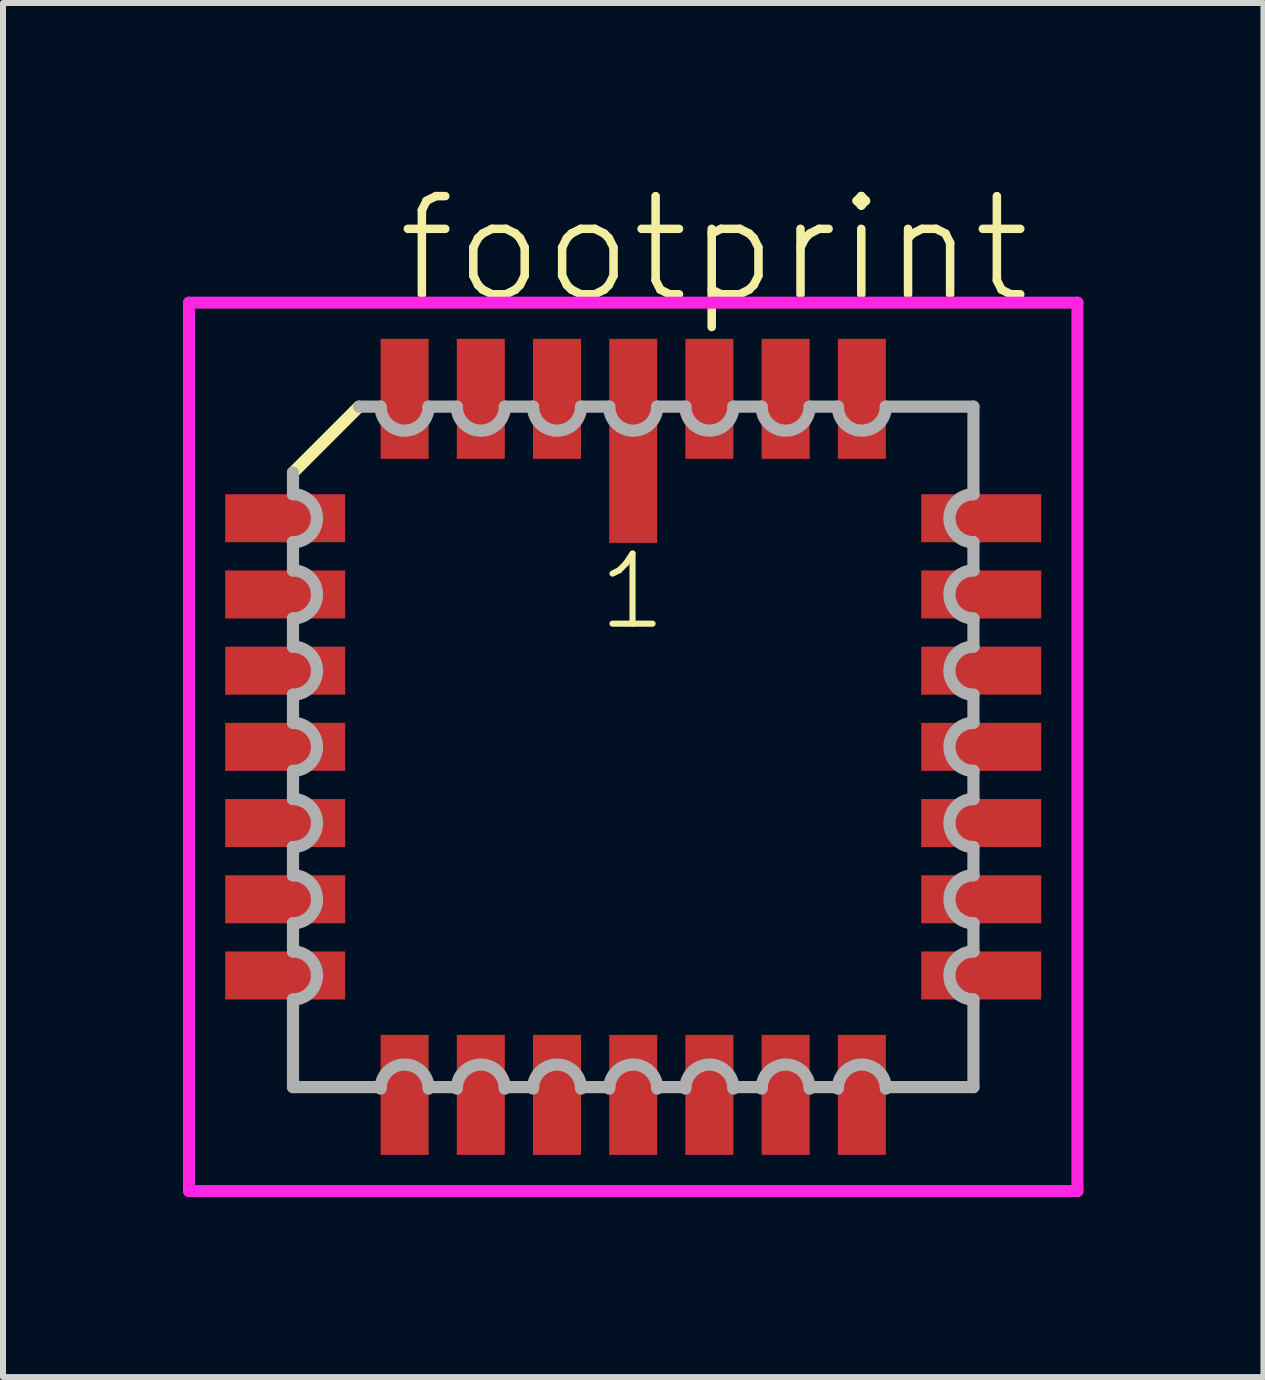
<source format=kicad_pcb>
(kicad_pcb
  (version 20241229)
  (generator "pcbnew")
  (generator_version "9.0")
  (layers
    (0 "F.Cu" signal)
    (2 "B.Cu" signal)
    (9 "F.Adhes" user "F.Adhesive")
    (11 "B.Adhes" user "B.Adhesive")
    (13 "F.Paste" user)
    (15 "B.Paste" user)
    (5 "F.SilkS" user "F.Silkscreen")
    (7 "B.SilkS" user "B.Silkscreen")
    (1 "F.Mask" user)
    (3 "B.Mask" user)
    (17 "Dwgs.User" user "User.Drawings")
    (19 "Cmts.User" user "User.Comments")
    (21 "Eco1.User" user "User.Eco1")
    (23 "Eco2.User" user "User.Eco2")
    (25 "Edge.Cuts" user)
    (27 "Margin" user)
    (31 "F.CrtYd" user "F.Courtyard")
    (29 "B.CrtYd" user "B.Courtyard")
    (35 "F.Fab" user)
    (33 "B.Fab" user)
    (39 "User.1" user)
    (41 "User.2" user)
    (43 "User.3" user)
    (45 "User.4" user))
  (footprint "footprint"
    (layer "F.Cu")
    (at 7.503 9.397)
    (property "Reference" "footprint" (at -4.005 -7.335 0) (layer "F.SilkS") (effects (font (size 1.636 1.636) (thickness 0.142)) (justify left bottom)))
    (fp_line (start -4.57 -5.67) (end -5.67 -4.57) (stroke (width 0.203) (type solid)) (layer "F.SilkS"))
    (fp_line (start -7.403 -7.403) (end 7.403 -7.403) (stroke (width 0.2) (type solid)) (layer "F.CrtYd"))
    (fp_line (start -7.403 7.403) (end -7.403 -7.403) (stroke (width 0.2) (type solid)) (layer "F.CrtYd"))
    (fp_line (start 7.403 -7.403) (end 7.403 7.403) (stroke (width 0.2) (type solid)) (layer "F.CrtYd"))
    (fp_line (start 7.403 7.403) (end -7.403 7.403) (stroke (width 0.2) (type solid)) (layer "F.CrtYd"))
    (fp_line (start -5.67 -4.57) (end -5.67 -4.21) (stroke (width 0.203) (type solid)) (layer "F.Fab"))
    (fp_line (start -5.67 -3.41) (end -5.67 -2.94) (stroke (width 0.203) (type solid)) (layer "F.Fab"))
    (fp_line (start -5.67 -2.14) (end -5.67 -1.67) (stroke (width 0.203) (type solid)) (layer "F.Fab"))
    (fp_line (start -5.67 -0.87) (end -5.67 -0.4) (stroke (width 0.203) (type solid)) (layer "F.Fab"))
    (fp_line (start -5.67 0.4) (end -5.67 0.87) (stroke (width 0.203) (type solid)) (layer "F.Fab"))
    (fp_line (start -5.67 1.67) (end -5.67 2.14) (stroke (width 0.203) (type solid)) (layer "F.Fab"))
    (fp_line (start -5.67 2.94) (end -5.67 3.41) (stroke (width 0.203) (type solid)) (layer "F.Fab"))
    (fp_line (start -5.67 4.21) (end -5.67 5.67) (stroke (width 0.203) (type solid)) (layer "F.Fab"))
    (fp_line (start -5.67 5.67) (end -4.21 5.67) (stroke (width 0.203) (type solid)) (layer "F.Fab"))
    (fp_line (start -4.21 -5.67) (end -4.57 -5.67) (stroke (width 0.203) (type solid)) (layer "F.Fab"))
    (fp_line (start -3.41 5.67) (end -2.94 5.67) (stroke (width 0.203) (type solid)) (layer "F.Fab"))
    (fp_line (start -2.94 -5.67) (end -3.41 -5.67) (stroke (width 0.203) (type solid)) (layer "F.Fab"))
    (fp_line (start -2.14 5.67) (end -1.67 5.67) (stroke (width 0.203) (type solid)) (layer "F.Fab"))
    (fp_line (start -1.67 -5.67) (end -2.14 -5.67) (stroke (width 0.203) (type solid)) (layer "F.Fab"))
    (fp_line (start -0.87 5.67) (end -0.4 5.67) (stroke (width 0.203) (type solid)) (layer "F.Fab"))
    (fp_line (start -0.4 -5.67) (end -0.87 -5.67) (stroke (width 0.203) (type solid)) (layer "F.Fab"))
    (fp_line (start 0.4 5.67) (end 0.87 5.67) (stroke (width 0.203) (type solid)) (layer "F.Fab"))
    (fp_line (start 0.87 -5.67) (end 0.4 -5.67) (stroke (width 0.203) (type solid)) (layer "F.Fab"))
    (fp_line (start 1.67 5.67) (end 2.14 5.67) (stroke (width 0.203) (type solid)) (layer "F.Fab"))
    (fp_line (start 2.14 -5.67) (end 1.67 -5.67) (stroke (width 0.203) (type solid)) (layer "F.Fab"))
    (fp_line (start 2.94 5.67) (end 3.41 5.67) (stroke (width 0.203) (type solid)) (layer "F.Fab"))
    (fp_line (start 3.41 -5.67) (end 2.94 -5.67) (stroke (width 0.203) (type solid)) (layer "F.Fab"))
    (fp_line (start 4.21 5.67) (end 5.67 5.67) (stroke (width 0.203) (type solid)) (layer "F.Fab"))
    (fp_line (start 5.67 -5.67) (end 4.21 -5.67) (stroke (width 0.203) (type solid)) (layer "F.Fab"))
    (fp_line (start 5.67 -4.21) (end 5.67 -5.67) (stroke (width 0.203) (type solid)) (layer "F.Fab"))
    (fp_line (start 5.67 -2.94) (end 5.67 -3.41) (stroke (width 0.203) (type solid)) (layer "F.Fab"))
    (fp_line (start 5.67 -1.67) (end 5.67 -2.14) (stroke (width 0.203) (type solid)) (layer "F.Fab"))
    (fp_line (start 5.67 -0.4) (end 5.67 -0.87) (stroke (width 0.203) (type solid)) (layer "F.Fab"))
    (fp_line (start 5.67 0.87) (end 5.67 0.4) (stroke (width 0.203) (type solid)) (layer "F.Fab"))
    (fp_line (start 5.67 2.14) (end 5.67 1.67) (stroke (width 0.203) (type solid)) (layer "F.Fab"))
    (fp_line (start 5.67 3.41) (end 5.67 2.94) (stroke (width 0.203) (type solid)) (layer "F.Fab"))
    (fp_line (start 5.67 5.67) (end 5.67 4.21) (stroke (width 0.203) (type solid)) (layer "F.Fab"))
    (fp_arc (start -5.6701 -4.21) (mid -5.2701 -3.81) (end -5.6701 -3.41) (stroke (width 0.2032) (type solid)) (layer "F.Fab"))
    (fp_arc (start -5.6701 -2.94) (mid -5.2701 -2.54) (end -5.6701 -2.14) (stroke (width 0.2032) (type solid)) (layer "F.Fab"))
    (fp_arc (start -5.6701 -1.67) (mid -5.2701 -1.27) (end -5.6701 -0.87) (stroke (width 0.2032) (type solid)) (layer "F.Fab"))
    (fp_arc (start -5.6701 -0.4001) (mid -5.27 0) (end -5.6701 0.4001) (stroke (width 0.2032) (type solid)) (layer "F.Fab"))
    (fp_arc (start -5.6701 0.8699) (mid -5.27 1.27) (end -5.6701 1.6701) (stroke (width 0.2032) (type solid)) (layer "F.Fab"))
    (fp_arc (start -5.6701 2.1399) (mid -5.27 2.54) (end -5.6701 2.9401) (stroke (width 0.2032) (type solid)) (layer "F.Fab"))
    (fp_arc (start -5.6701 3.4099) (mid -5.27 3.81) (end -5.6701 4.2101) (stroke (width 0.2032) (type solid)) (layer "F.Fab"))
    (fp_arc (start -4.2101 5.6951) (mid -3.81 5.295) (end -3.4099 5.6951) (stroke (width 0.2032) (type solid)) (layer "F.Fab"))
    (fp_arc (start -3.4099 -5.6701) (mid -3.81 -5.27) (end -4.2101 -5.6701) (stroke (width 0.2032) (type solid)) (layer "F.Fab"))
    (fp_arc (start -2.9401 5.6951) (mid -2.54 5.295) (end -2.1399 5.6951) (stroke (width 0.2032) (type solid)) (layer "F.Fab"))
    (fp_arc (start -2.1399 -5.6701) (mid -2.54 -5.27) (end -2.9401 -5.6701) (stroke (width 0.2032) (type solid)) (layer "F.Fab"))
    (fp_arc (start -1.6701 5.6951) (mid -1.27 5.295) (end -0.8699 5.6951) (stroke (width 0.2032) (type solid)) (layer "F.Fab"))
    (fp_arc (start -0.8699 -5.6701) (mid -1.27 -5.27) (end -1.6701 -5.6701) (stroke (width 0.2032) (type solid)) (layer "F.Fab"))
    (fp_arc (start -0.4001 5.6951) (mid 0 5.295) (end 0.4001 5.6951) (stroke (width 0.2032) (type solid)) (layer "F.Fab"))
    (fp_arc (start 0.4001 -5.6701) (mid 0 -5.27) (end -0.4001 -5.6701) (stroke (width 0.2032) (type solid)) (layer "F.Fab"))
    (fp_arc (start 0.87 5.6951) (mid 1.27 5.2951) (end 1.67 5.6951) (stroke (width 0.2032) (type solid)) (layer "F.Fab"))
    (fp_arc (start 1.67 -5.6701) (mid 1.27 -5.2701) (end 0.87 -5.6701) (stroke (width 0.2032) (type solid)) (layer "F.Fab"))
    (fp_arc (start 2.14 5.6951) (mid 2.54 5.2951) (end 2.94 5.6951) (stroke (width 0.2032) (type solid)) (layer "F.Fab"))
    (fp_arc (start 2.94 -5.6701) (mid 2.54 -5.2701) (end 2.14 -5.6701) (stroke (width 0.2032) (type solid)) (layer "F.Fab"))
    (fp_arc (start 3.41 5.6951) (mid 3.81 5.2951) (end 4.21 5.6951) (stroke (width 0.2032) (type solid)) (layer "F.Fab"))
    (fp_arc (start 4.21 -5.6701) (mid 3.81 -5.2701) (end 3.41 -5.6701) (stroke (width 0.2032) (type solid)) (layer "F.Fab"))
    (fp_arc (start 5.6701 -3.4099) (mid 5.27 -3.81) (end 5.6701 -4.2101) (stroke (width 0.2032) (type solid)) (layer "F.Fab"))
    (fp_arc (start 5.6701 -2.1399) (mid 5.27 -2.54) (end 5.6701 -2.9401) (stroke (width 0.2032) (type solid)) (layer "F.Fab"))
    (fp_arc (start 5.6701 -0.8699) (mid 5.27 -1.27) (end 5.6701 -1.6701) (stroke (width 0.2032) (type solid)) (layer "F.Fab"))
    (fp_arc (start 5.6701 0.4001) (mid 5.27 0) (end 5.6701 -0.4001) (stroke (width 0.2032) (type solid)) (layer "F.Fab"))
    (fp_arc (start 5.6701 1.67) (mid 5.2701 1.27) (end 5.6701 0.87) (stroke (width 0.2032) (type solid)) (layer "F.Fab"))
    (fp_arc (start 5.6701 2.94) (mid 5.2701 2.54) (end 5.6701 2.14) (stroke (width 0.2032) (type solid)) (layer "F.Fab"))
    (fp_arc (start 5.6701 4.21) (mid 5.2701 3.81) (end 5.6701 3.41) (stroke (width 0.2032) (type solid)) (layer "F.Fab"))
    (fp_text user "1" (at -0.635 -1.905 0) (layer "F.SilkS") (effects (font (size 1.168 1.168) (thickness 0.102)) (justify left bottom)))
    (pad "1" smd rect (at 0 -5.1) (size 0.8 3.4) (layers "F.Cu" "F.Mask" "F.Paste"))
    (pad "2" smd rect (at -1.27 -5.8) (size 0.8 2) (layers "F.Cu" "F.Mask" "F.Paste"))
    (pad "3" smd rect (at -2.54 -5.8) (size 0.8 2) (layers "F.Cu" "F.Mask" "F.Paste"))
    (pad "4" smd rect (at -3.81 -5.8) (size 0.8 2) (layers "F.Cu" "F.Mask" "F.Paste"))
    (pad "5" smd rect (at -5.8 -3.81) (size 2 0.8) (layers "F.Cu" "F.Mask" "F.Paste"))
    (pad "6" smd rect (at -5.8 -2.54) (size 2 0.8) (layers "F.Cu" "F.Mask" "F.Paste"))
    (pad "7" smd rect (at -5.8 -1.27) (size 2 0.8) (layers "F.Cu" "F.Mask" "F.Paste"))
    (pad "8" smd rect (at -5.8 0) (size 2 0.8) (layers "F.Cu" "F.Mask" "F.Paste"))
    (pad "9" smd rect (at -5.8 1.27) (size 2 0.8) (layers "F.Cu" "F.Mask" "F.Paste"))
    (pad "10" smd rect (at -5.8 2.54) (size 2 0.8) (layers "F.Cu" "F.Mask" "F.Paste"))
    (pad "11" smd rect (at -5.8 3.81) (size 2 0.8) (layers "F.Cu" "F.Mask" "F.Paste"))
    (pad "12" smd rect (at -3.81 5.8) (size 0.8 2) (layers "F.Cu" "F.Mask" "F.Paste"))
    (pad "13" smd rect (at -2.54 5.8) (size 0.8 2) (layers "F.Cu" "F.Mask" "F.Paste"))
    (pad "14" smd rect (at -1.27 5.8) (size 0.8 2) (layers "F.Cu" "F.Mask" "F.Paste"))
    (pad "15" smd rect (at 0 5.8) (size 0.8 2) (layers "F.Cu" "F.Mask" "F.Paste"))
    (pad "16" smd rect (at 1.27 5.8) (size 0.8 2) (layers "F.Cu" "F.Mask" "F.Paste"))
    (pad "17" smd rect (at 2.54 5.8) (size 0.8 2) (layers "F.Cu" "F.Mask" "F.Paste"))
    (pad "18" smd rect (at 3.81 5.8) (size 0.8 2) (layers "F.Cu" "F.Mask" "F.Paste"))
    (pad "19" smd rect (at 5.8 3.81) (size 2 0.8) (layers "F.Cu" "F.Mask" "F.Paste"))
    (pad "20" smd rect (at 5.8 2.54) (size 2 0.8) (layers "F.Cu" "F.Mask" "F.Paste"))
    (pad "21" smd rect (at 5.8 1.27) (size 2 0.8) (layers "F.Cu" "F.Mask" "F.Paste"))
    (pad "22" smd rect (at 5.8 0) (size 2 0.8) (layers "F.Cu" "F.Mask" "F.Paste"))
    (pad "23" smd rect (at 5.8 -1.27) (size 2 0.8) (layers "F.Cu" "F.Mask" "F.Paste"))
    (pad "24" smd rect (at 5.8 -2.54) (size 2 0.8) (layers "F.Cu" "F.Mask" "F.Paste"))
    (pad "25" smd rect (at 5.8 -3.81) (size 2 0.8) (layers "F.Cu" "F.Mask" "F.Paste"))
    (pad "26" smd rect (at 3.81 -5.8) (size 0.8 2) (layers "F.Cu" "F.Mask" "F.Paste"))
    (pad "27" smd rect (at 2.54 -5.8) (size 0.8 2) (layers "F.Cu" "F.Mask" "F.Paste"))
    (pad "28" smd rect (at 1.27 -5.8) (size 0.8 2) (layers "F.Cu" "F.Mask" "F.Paste")))
  (gr_rect
    (start -3 -3)
    (end 18.006 19.9)
    (stroke (width 0.1) (type default))
    (fill no)
    (layer "Edge.Cuts")))
</source>
